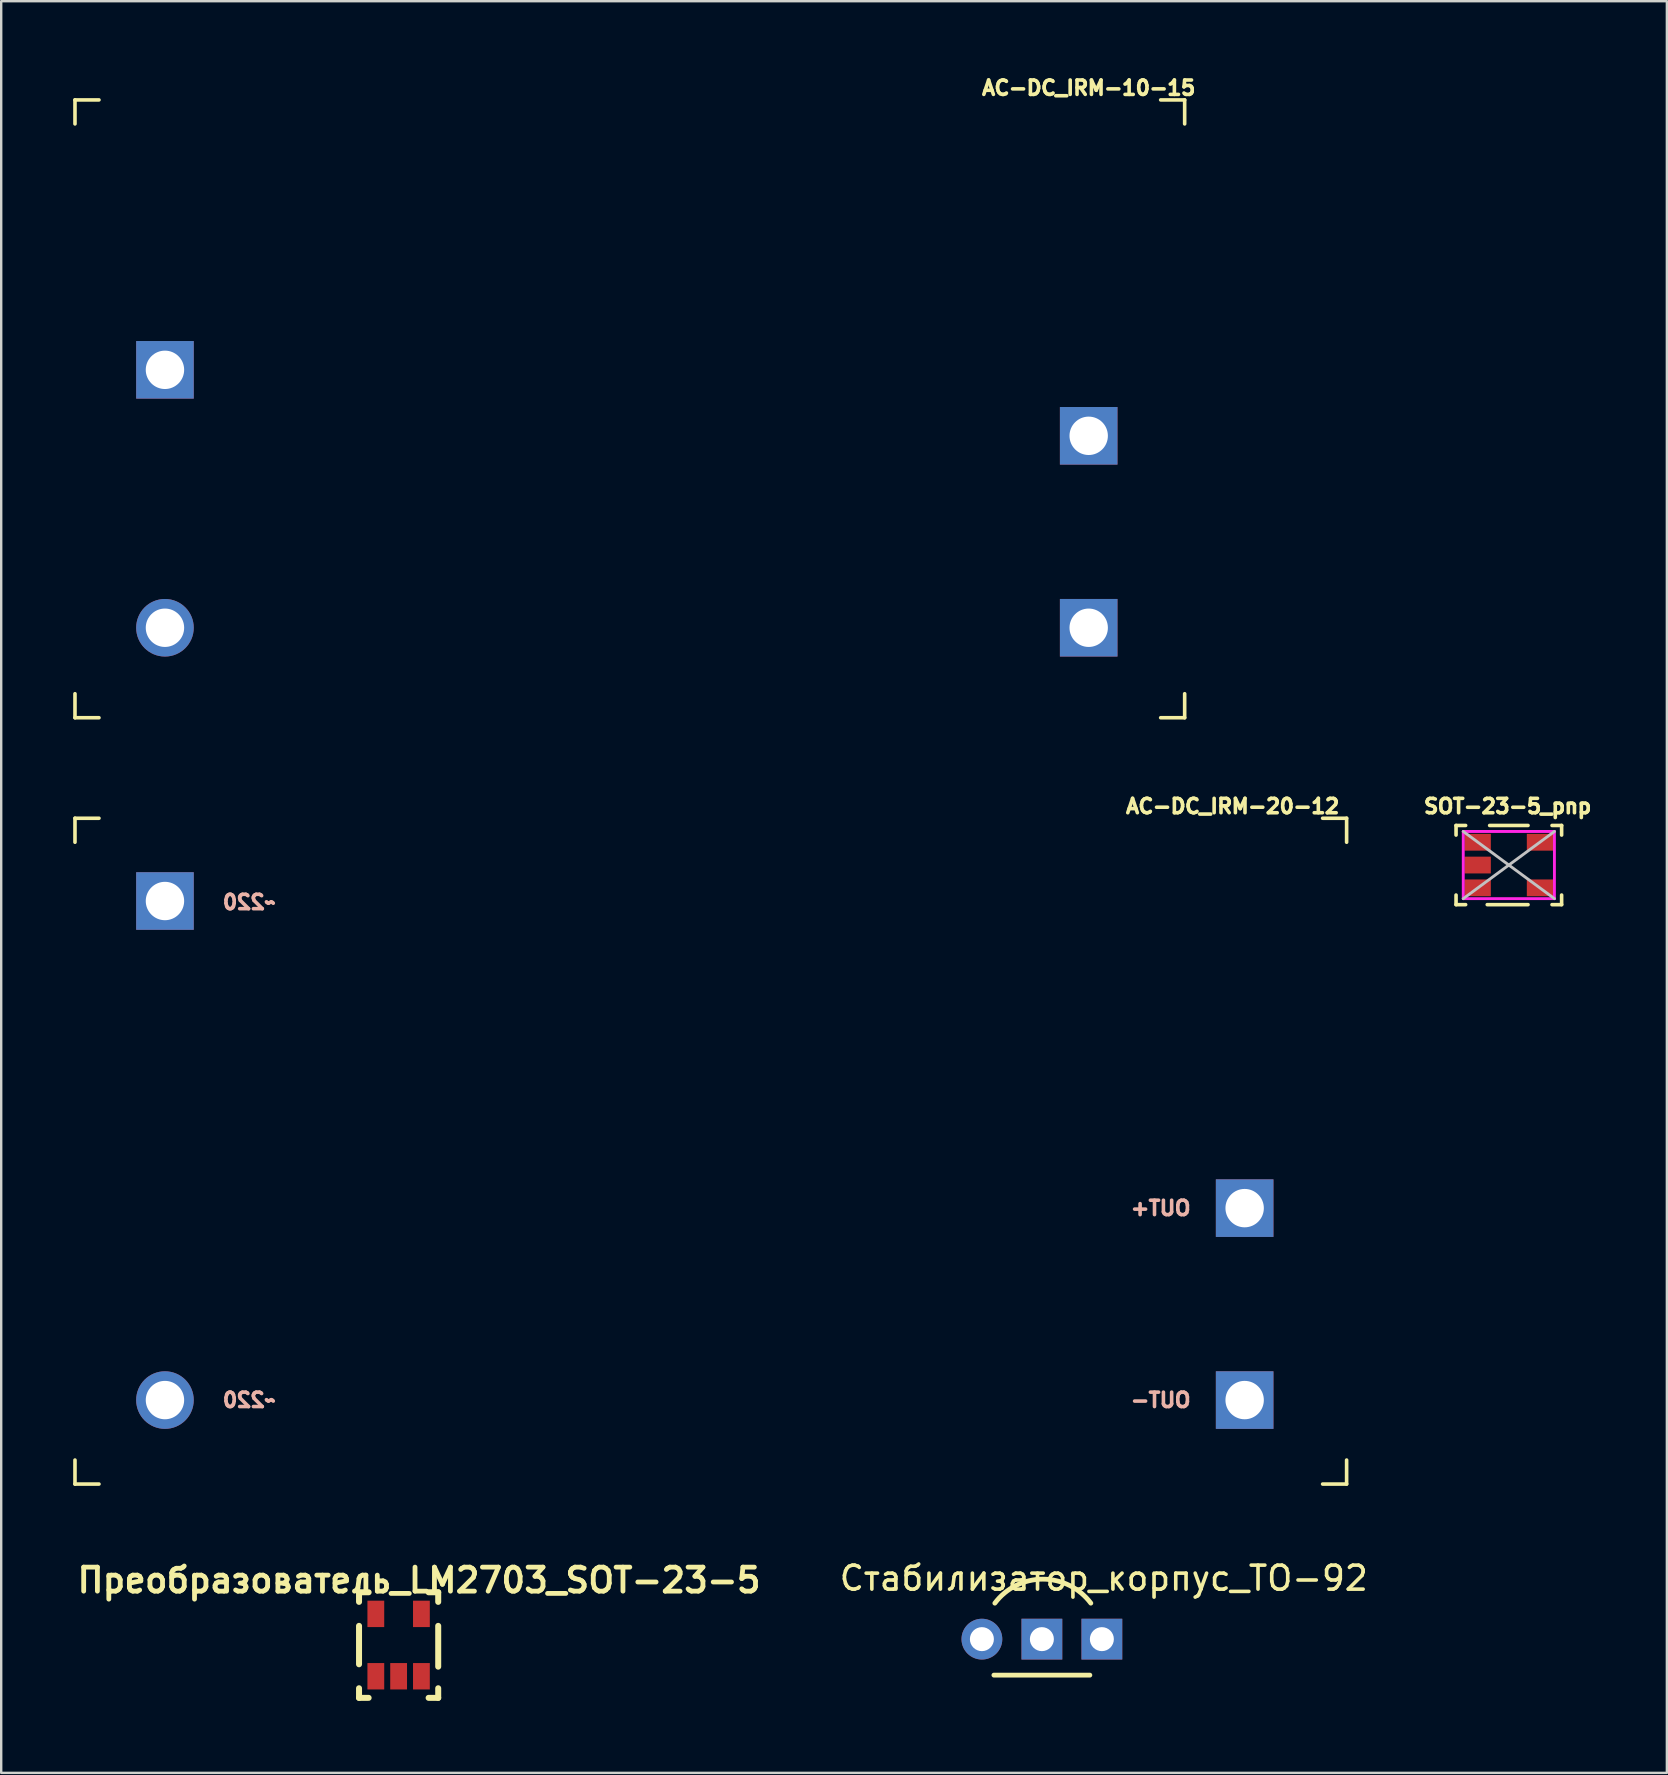
<source format=kicad_pcb>
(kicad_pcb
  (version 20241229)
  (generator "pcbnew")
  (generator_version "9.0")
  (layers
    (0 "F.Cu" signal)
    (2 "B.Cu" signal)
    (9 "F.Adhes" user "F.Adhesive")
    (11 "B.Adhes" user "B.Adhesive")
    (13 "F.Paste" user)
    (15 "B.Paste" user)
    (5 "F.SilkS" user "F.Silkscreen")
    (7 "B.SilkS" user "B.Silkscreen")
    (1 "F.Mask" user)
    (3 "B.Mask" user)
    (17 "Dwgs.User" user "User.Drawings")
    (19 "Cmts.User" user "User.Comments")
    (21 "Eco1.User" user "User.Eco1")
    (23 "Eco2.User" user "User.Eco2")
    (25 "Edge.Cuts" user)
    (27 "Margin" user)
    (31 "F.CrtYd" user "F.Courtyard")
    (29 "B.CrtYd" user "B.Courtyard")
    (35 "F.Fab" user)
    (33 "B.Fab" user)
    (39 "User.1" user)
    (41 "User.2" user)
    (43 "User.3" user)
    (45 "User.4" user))
  (footprint "SOT-23-5_pnp"
    (layer "F.Cu")
    (at 59.836 33.004)
    (property "Reference" "SOT-23-5_pnp" (at -0.05 -2.45 180) (layer "F.SilkS") (effects (font (size 0.6 0.6) (thickness 0.15))))
    (attr smd)
    (fp_line (start -2.2 -1.65) (end -2.2 -1.25) (stroke (width 0.15) (type solid)) (layer "F.SilkS"))
    (fp_line (start -2.2 -1.65) (end -1.8 -1.65) (stroke (width 0.15) (type solid)) (layer "F.SilkS"))
    (fp_line (start -2.2 1.65) (end -2.2 1.25) (stroke (width 0.15) (type solid)) (layer "F.SilkS"))
    (fp_line (start -2.2 1.65) (end -1.8 1.65) (stroke (width 0.15) (type solid)) (layer "F.SilkS"))
    (fp_line (start -0.8 -1.65) (end 0.8 -1.65) (stroke (width 0.15) (type solid)) (layer "F.SilkS"))
    (fp_line (start 0.8 1.65) (end -0.9 1.65) (stroke (width 0.15) (type solid)) (layer "F.SilkS"))
    (fp_line (start 2.2 -1.65) (end 1.8 -1.65) (stroke (width 0.15) (type solid)) (layer "F.SilkS"))
    (fp_line (start 2.2 -1.65) (end 2.2 -1.25) (stroke (width 0.15) (type solid)) (layer "F.SilkS"))
    (fp_line (start 2.2 1.65) (end 1.8 1.65) (stroke (width 0.15) (type solid)) (layer "F.SilkS"))
    (fp_line (start 2.2 1.65) (end 2.2 1.25) (stroke (width 0.15) (type solid)) (layer "F.SilkS"))
    (fp_line (start -1.9 -1.4) (end 1.9 1.4) (stroke (width 0.12) (type solid)) (layer "Dwgs.User"))
    (fp_line (start 1.9 -1.4) (end -1.9 1.4) (stroke (width 0.12) (type solid)) (layer "Dwgs.User"))
    (fp_line (start -1.9 -1.4) (end 1.9 -1.4) (stroke (width 0.12) (type solid)) (layer "F.CrtYd"))
    (fp_line (start -1.9 1.4) (end -1.9 -1.4) (stroke (width 0.12) (type solid)) (layer "F.CrtYd"))
    (fp_line (start 1.9 -1.4) (end 1.9 1.4) (stroke (width 0.12) (type solid)) (layer "F.CrtYd"))
    (fp_line (start 1.9 1.4) (end -1.9 1.4) (stroke (width 0.12) (type solid)) (layer "F.CrtYd"))
    (pad "1" smd rect (at -1.3 -0.95) (size 1.1 0.7) (layers "F.Cu" "F.Mask" "F.Paste"))
    (pad "2" smd rect (at -1.3 0) (size 1.1 0.7) (layers "F.Cu" "F.Mask" "F.Paste"))
    (pad "3" smd rect (at -1.3 0.95) (size 1.1 0.7) (layers "F.Cu" "F.Mask" "F.Paste"))
    (pad "4" smd rect (at 1.3 0.95) (size 1.1 0.7) (layers "F.Cu" "F.Mask" "F.Paste"))
    (pad "5" smd rect (at 1.3 -0.95) (size 1.1 0.7) (layers "F.Cu" "F.Mask" "F.Paste")))
  (footprint "AC-DC_IRM-10-15"
    (layer "F.Cu")
    (at 3.825 23.114)
    (property "Reference" "AC-DC_IRM-10-15" (at 38.5 -22.5 0) (layer "F.SilkS") (effects (font (size 0.6 0.6) (thickness 0.15))))
    (attr through_hole)
    (fp_line (start -3.75 -22) (end -3.75 -21) (stroke (width 0.15) (type solid)) (layer "F.SilkS"))
    (fp_line (start -3.75 -22) (end -2.75 -22) (stroke (width 0.15) (type solid)) (layer "F.SilkS"))
    (fp_line (start -3.75 3.75) (end -3.75 2.75) (stroke (width 0.15) (type solid)) (layer "F.SilkS"))
    (fp_line (start -3.75 3.75) (end -2.75 3.75) (stroke (width 0.15) (type solid)) (layer "F.SilkS"))
    (fp_line (start 42.5 -22) (end 41.5 -22) (stroke (width 0.15) (type solid)) (layer "F.SilkS"))
    (fp_line (start 42.5 -22) (end 42.5 -21) (stroke (width 0.15) (type solid)) (layer "F.SilkS"))
    (fp_line (start 42.5 3.75) (end 41.5 3.75) (stroke (width 0.15) (type solid)) (layer "F.SilkS"))
    (fp_line (start 42.5 3.75) (end 42.5 2.75) (stroke (width 0.15) (type solid)) (layer "F.SilkS"))
    (pad "+V" thru_hole rect (at 38.5 -8) (size 2.4 2.4) (drill 1.6) (layers "*.Cu" "*.Mask"))
    (pad "-V" thru_hole rect (at 38.5 0) (size 2.4 2.4) (drill 1.6) (layers "*.Cu" "*.Mask"))
    (pad "L" thru_hole circle (at 0 0) (size 2.4 2.4) (drill 1.6) (layers "*.Cu" "*.Mask"))
    (pad "N" thru_hole rect (at 0 -10.75) (size 2.4 2.4) (drill 1.6) (layers "*.Cu" "*.Mask")))
  (footprint "AC-DC_IRM-20-12"
    (layer "F.Cu")
    (at 3.825 55.303)
    (property "Reference" "AC-DC_IRM-20-12" (at 44.5 -24.75 0) (layer "F.SilkS") (effects (font (size 0.6 0.6) (thickness 0.15))))
    (attr through_hole)
    (fp_line (start -3.75 -24.25) (end -3.75 -23.25) (stroke (width 0.15) (type solid)) (layer "F.SilkS"))
    (fp_line (start -3.75 -24.25) (end -2.75 -24.25) (stroke (width 0.15) (type solid)) (layer "F.SilkS"))
    (fp_line (start -3.75 3.5) (end -3.75 2.5) (stroke (width 0.15) (type solid)) (layer "F.SilkS"))
    (fp_line (start -3.75 3.5) (end -2.75 3.5) (stroke (width 0.15) (type solid)) (layer "F.SilkS"))
    (fp_line (start 49.25 -24.25) (end 48.25 -24.25) (stroke (width 0.15) (type solid)) (layer "F.SilkS"))
    (fp_line (start 49.25 -24.25) (end 49.25 -23.25) (stroke (width 0.15) (type solid)) (layer "F.SilkS"))
    (fp_line (start 49.25 3.5) (end 48.25 3.5) (stroke (width 0.15) (type solid)) (layer "F.SilkS"))
    (fp_line (start 49.25 3.5) (end 49.25 2.5) (stroke (width 0.15) (type solid)) (layer "F.SilkS"))
    (fp_text user "OUT-" (at 41.5 0 0) (layer "B.SilkS") (effects (font (size 0.6 0.6) (thickness 0.15)) (justify mirror)))
    (fp_text user "~220" (at 3.5 0 180) (layer "B.SilkS") (effects (font (size 0.6 0.6) (thickness 0.15)) (justify mirror)))
    (fp_text user "~220" (at 3.5 -20.75 180) (layer "B.SilkS") (effects (font (size 0.6 0.6) (thickness 0.15)) (justify mirror)))
    (fp_text user "OUT+" (at 41.5 -8 0) (layer "B.SilkS") (effects (font (size 0.6 0.6) (thickness 0.15)) (justify mirror)))
    (pad "+V" thru_hole rect (at 45 -8) (size 2.4 2.4) (drill 1.6) (layers "*.Cu" "*.Mask"))
    (pad "-V" thru_hole rect (at 45 0) (size 2.4 2.4) (drill 1.6) (layers "*.Cu" "*.Mask"))
    (pad "L" thru_hole circle (at 0 0) (size 2.4 2.4) (drill 1.6) (layers "*.Cu" "*.Mask"))
    (pad "N" thru_hole rect (at 0 -20.8) (size 2.4 2.4) (drill 1.6) (layers "*.Cu" "*.Mask")))
  (footprint "Стабилизатор_корпус_TO-92"
    (layer "F.Cu")
    (at 37.874 65.267)
    (property "Reference" "Стабилизатор_корпус_TO-92" (at 5.08 -2.54 0) (layer "F.SilkS") (effects (font (size 1 1) (thickness 0.15))))
    (attr through_hole)
    (fp_line (start 0.5 1.5) (end 4.5 1.5) (stroke (width 0.2) (type solid)) (layer "F.SilkS"))
    (fp_arc (start 0.54 -1.5) (mid 2.54 -2.5) (end 4.54 -1.5) (stroke (width 0.2) (type solid)) (layer "F.SilkS"))
    (pad "1" thru_hole circle (at 0 0) (size 1.7 1.7) (drill 1) (layers "*.Cu" "*.Mask"))
    (pad "2" thru_hole rect (at 2.5 0) (size 1.7 1.7) (drill 1) (layers "*.Cu" "*.Mask"))
    (pad "3" thru_hole rect (at 5 0) (size 1.7 1.7) (drill 1) (layers "*.Cu" "*.Mask")))
  (footprint "Преобразователь_LM2703_SOT-23-5"
    (layer "F.Cu")
    (at 12.614 66.814)
    (property "Reference" "Преобразователь_LM2703_SOT-23-5" (at 1.8 -4 0) (layer "F.SilkS") (effects (font (size 1 1) (thickness 0.2))))
    (attr smd)
    (fp_line (start -0.7 -3.5) (end -0.7 -3.1) (stroke (width 0.25) (type solid)) (layer "F.SilkS"))
    (fp_line (start -0.7 -3.5) (end -0.3 -3.5) (stroke (width 0.25) (type solid)) (layer "F.SilkS"))
    (fp_line (start -0.7 -0.5) (end -0.7 -2.1) (stroke (width 0.25) (type solid)) (layer "F.SilkS"))
    (fp_line (start -0.7 0.9) (end -0.7 0.5) (stroke (width 0.25) (type solid)) (layer "F.SilkS"))
    (fp_line (start -0.7 0.9) (end -0.3 0.9) (stroke (width 0.25) (type solid)) (layer "F.SilkS"))
    (fp_line (start 2.6 -3.5) (end 2.2 -3.5) (stroke (width 0.25) (type solid)) (layer "F.SilkS"))
    (fp_line (start 2.6 -3.5) (end 2.6 -3.1) (stroke (width 0.25) (type solid)) (layer "F.SilkS"))
    (fp_line (start 2.6 -2.1) (end 2.6 -0.4) (stroke (width 0.25) (type solid)) (layer "F.SilkS"))
    (fp_line (start 2.6 0.9) (end 2.2 0.9) (stroke (width 0.25) (type solid)) (layer "F.SilkS"))
    (fp_line (start 2.6 0.9) (end 2.6 0.5) (stroke (width 0.25) (type solid)) (layer "F.SilkS"))
    (pad "1" smd rect (at 0 0 90) (size 1.1 0.7) (layers "F.Cu" "F.Mask" "F.Paste"))
    (pad "2" smd rect (at 0.95 0 90) (size 1.1 0.7) (layers "F.Cu" "F.Mask" "F.Paste"))
    (pad "3" smd rect (at 1.9 0 90) (size 1.1 0.7) (layers "F.Cu" "F.Mask" "F.Paste"))
    (pad "4" smd rect (at 1.9 -2.6 90) (size 1.1 0.7) (layers "F.Cu" "F.Mask" "F.Paste"))
    (pad "5" smd rect (at 0 -2.6 90) (size 1.1 0.7) (layers "F.Cu" "F.Mask" "F.Paste")))
  (gr_rect
    (start -3 -3)
    (end 66.423 70.84)
    (stroke (width 0.1) (type default))
    (fill no)
    (layer "Edge.Cuts")))
</source>
